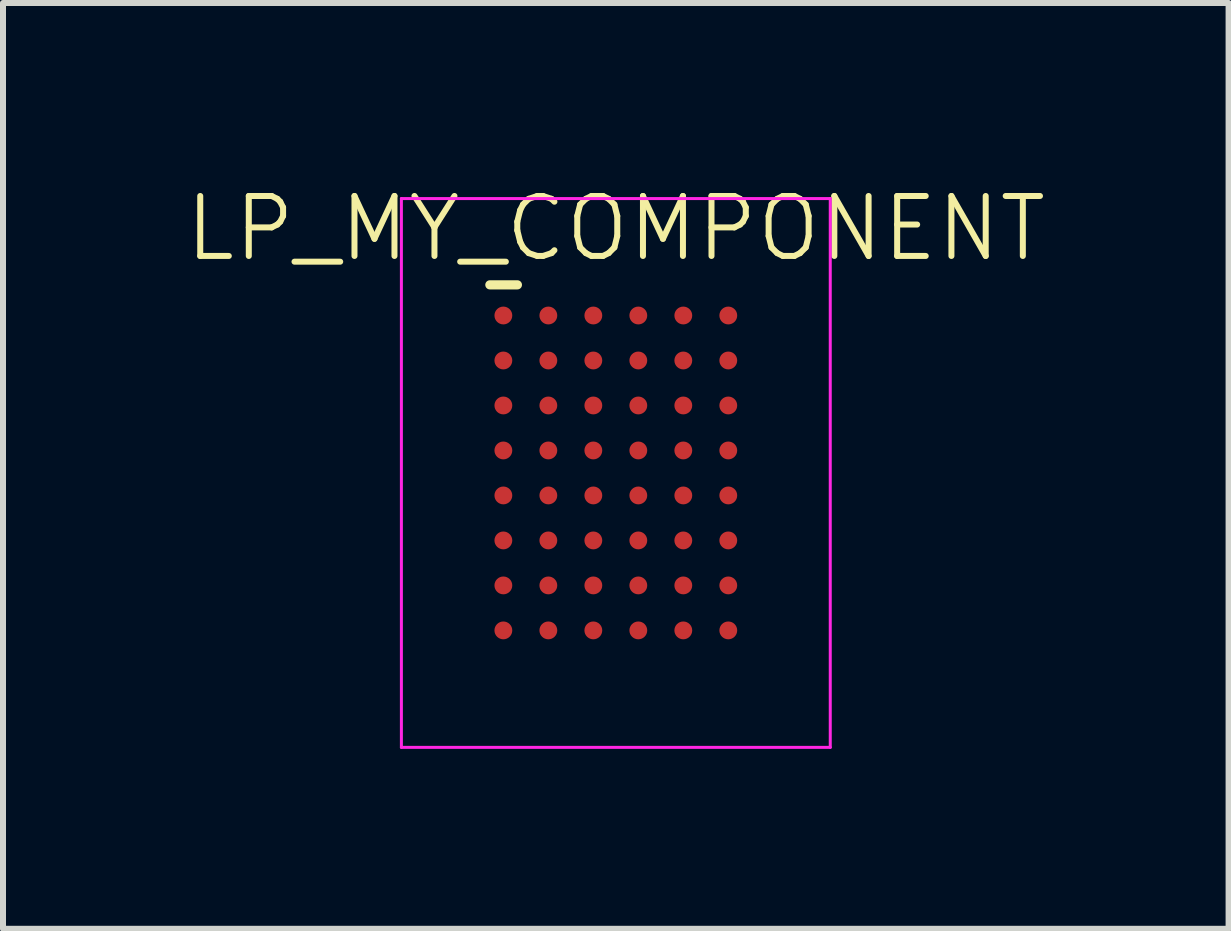
<source format=kicad_pcb>
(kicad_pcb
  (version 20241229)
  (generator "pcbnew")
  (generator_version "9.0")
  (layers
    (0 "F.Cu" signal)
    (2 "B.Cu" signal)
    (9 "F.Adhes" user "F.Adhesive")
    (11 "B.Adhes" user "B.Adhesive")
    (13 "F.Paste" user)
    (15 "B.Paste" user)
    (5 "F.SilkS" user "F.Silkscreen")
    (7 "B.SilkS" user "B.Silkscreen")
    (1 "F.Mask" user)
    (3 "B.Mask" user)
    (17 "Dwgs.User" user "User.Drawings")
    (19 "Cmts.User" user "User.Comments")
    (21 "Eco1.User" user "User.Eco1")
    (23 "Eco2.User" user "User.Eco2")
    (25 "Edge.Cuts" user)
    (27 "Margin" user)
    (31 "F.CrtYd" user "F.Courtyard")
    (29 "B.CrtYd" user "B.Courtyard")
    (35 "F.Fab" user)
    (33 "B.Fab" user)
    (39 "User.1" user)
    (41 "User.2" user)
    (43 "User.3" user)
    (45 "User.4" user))
  (footprint "LP_MY_COMPONENT"
    (layer "F.Cu")
    (at 7.217 4.835)
    (property "Reference" "LP_MY_COMPONENT" (at 0 -4.075 0) (layer "F.SilkS") (effects (font (size 1 1) (thickness 0.1))))
    (fp_line (start -2.1 -3.136) (end -1.641 -3.136) (stroke (width 0.153) (type solid)) (layer "F.SilkS"))
    (fp_line (start -3.575 -4.575) (end -3.575 4.575) (stroke (width 0.05) (type solid)) (layer "F.CrtYd"))
    (fp_line (start -3.575 4.575) (end 3.575 4.575) (stroke (width 0.05) (type solid)) (layer "F.CrtYd"))
    (fp_line (start 3.575 -4.575) (end -3.575 -4.575) (stroke (width 0.05) (type solid)) (layer "F.CrtYd"))
    (fp_line (start 3.575 4.575) (end 3.575 -4.575) (stroke (width 0.05) (type solid)) (layer "F.CrtYd"))
    (pad "A1" smd circle (at -1.875 -2.625) (size 0.297 0.297) (layers "F.Cu" "F.Mask"))
    (pad "A2" smd circle (at -1.125 -2.625) (size 0.297 0.297) (layers "F.Cu" "F.Mask"))
    (pad "A3" smd circle (at -0.375 -2.625) (size 0.297 0.297) (layers "F.Cu" "F.Mask"))
    (pad "A4" smd circle (at 0.375 -2.625) (size 0.297 0.297) (layers "F.Cu" "F.Mask"))
    (pad "A5" smd circle (at 1.125 -2.625) (size 0.297 0.297) (layers "F.Cu" "F.Mask"))
    (pad "A6" smd circle (at 1.875 -2.625) (size 0.297 0.297) (layers "F.Cu" "F.Mask"))
    (pad "B1" smd circle (at -1.875 -1.875) (size 0.297 0.297) (layers "F.Cu" "F.Mask"))
    (pad "B2" smd circle (at -1.125 -1.875) (size 0.297 0.297) (layers "F.Cu" "F.Mask"))
    (pad "B3" smd circle (at -0.375 -1.875) (size 0.297 0.297) (layers "F.Cu" "F.Mask"))
    (pad "B4" smd circle (at 0.375 -1.875) (size 0.297 0.297) (layers "F.Cu" "F.Mask"))
    (pad "B5" smd circle (at 1.125 -1.875) (size 0.297 0.297) (layers "F.Cu" "F.Mask"))
    (pad "B6" smd circle (at 1.875 -1.875) (size 0.297 0.297) (layers "F.Cu" "F.Mask"))
    (pad "C1" smd circle (at -1.875 -1.125) (size 0.297 0.297) (layers "F.Cu" "F.Mask"))
    (pad "C2" smd circle (at -1.125 -1.125) (size 0.297 0.297) (layers "F.Cu" "F.Mask"))
    (pad "C3" smd circle (at -0.375 -1.125) (size 0.297 0.297) (layers "F.Cu" "F.Mask"))
    (pad "C4" smd circle (at 0.375 -1.125) (size 0.297 0.297) (layers "F.Cu" "F.Mask"))
    (pad "C5" smd circle (at 1.125 -1.125) (size 0.297 0.297) (layers "F.Cu" "F.Mask"))
    (pad "C6" smd circle (at 1.875 -1.125) (size 0.297 0.297) (layers "F.Cu" "F.Mask"))
    (pad "D1" smd circle (at -1.875 -0.375) (size 0.297 0.297) (layers "F.Cu" "F.Mask"))
    (pad "D2" smd circle (at -1.125 -0.375) (size 0.297 0.297) (layers "F.Cu" "F.Mask"))
    (pad "D3" smd circle (at -0.375 -0.375) (size 0.297 0.297) (layers "F.Cu" "F.Mask"))
    (pad "D4" smd circle (at 0.375 -0.375) (size 0.297 0.297) (layers "F.Cu" "F.Mask"))
    (pad "D5" smd circle (at 1.125 -0.375) (size 0.297 0.297) (layers "F.Cu" "F.Mask"))
    (pad "D6" smd circle (at 1.875 -0.375) (size 0.297 0.297) (layers "F.Cu" "F.Mask"))
    (pad "E1" smd circle (at -1.875 0.375) (size 0.297 0.297) (layers "F.Cu" "F.Mask"))
    (pad "E2" smd circle (at -1.125 0.375) (size 0.297 0.297) (layers "F.Cu" "F.Mask"))
    (pad "E3" smd circle (at -0.375 0.375) (size 0.297 0.297) (layers "F.Cu" "F.Mask"))
    (pad "E4" smd circle (at 0.375 0.375) (size 0.297 0.297) (layers "F.Cu" "F.Mask"))
    (pad "E5" smd circle (at 1.125 0.375) (size 0.297 0.297) (layers "F.Cu" "F.Mask"))
    (pad "E6" smd circle (at 1.875 0.375) (size 0.297 0.297) (layers "F.Cu" "F.Mask"))
    (pad "F1" smd circle (at -1.875 1.125) (size 0.297 0.297) (layers "F.Cu" "F.Mask"))
    (pad "F2" smd circle (at -1.125 1.125) (size 0.297 0.297) (layers "F.Cu" "F.Mask"))
    (pad "F3" smd circle (at -0.375 1.125) (size 0.297 0.297) (layers "F.Cu" "F.Mask"))
    (pad "F4" smd circle (at 0.375 1.125) (size 0.297 0.297) (layers "F.Cu" "F.Mask"))
    (pad "F5" smd circle (at 1.125 1.125) (size 0.297 0.297) (layers "F.Cu" "F.Mask"))
    (pad "F6" smd circle (at 1.875 1.125) (size 0.297 0.297) (layers "F.Cu" "F.Mask"))
    (pad "G1" smd circle (at -1.875 1.875) (size 0.297 0.297) (layers "F.Cu" "F.Mask"))
    (pad "G2" smd circle (at -1.125 1.875) (size 0.297 0.297) (layers "F.Cu" "F.Mask"))
    (pad "G3" smd circle (at -0.375 1.875) (size 0.297 0.297) (layers "F.Cu" "F.Mask"))
    (pad "G4" smd circle (at 0.375 1.875) (size 0.297 0.297) (layers "F.Cu" "F.Mask"))
    (pad "G5" smd circle (at 1.125 1.875) (size 0.297 0.297) (layers "F.Cu" "F.Mask"))
    (pad "G6" smd circle (at 1.875 1.875) (size 0.297 0.297) (layers "F.Cu" "F.Mask"))
    (pad "H1" smd circle (at -1.875 2.625) (size 0.297 0.297) (layers "F.Cu" "F.Mask"))
    (pad "H2" smd circle (at -1.125 2.625) (size 0.297 0.297) (layers "F.Cu" "F.Mask"))
    (pad "H3" smd circle (at -0.375 2.625) (size 0.297 0.297) (layers "F.Cu" "F.Mask"))
    (pad "H4" smd circle (at 0.375 2.625) (size 0.297 0.297) (layers "F.Cu" "F.Mask"))
    (pad "H5" smd circle (at 1.125 2.625) (size 0.297 0.297) (layers "F.Cu" "F.Mask"))
    (pad "H6" smd circle (at 1.875 2.625) (size 0.297 0.297) (layers "F.Cu" "F.Mask")))
  (gr_rect
    (start -3 -3)
    (end 17.433 12.435)
    (stroke (width 0.1) (type default))
    (fill no)
    (layer "Edge.Cuts")))
</source>
